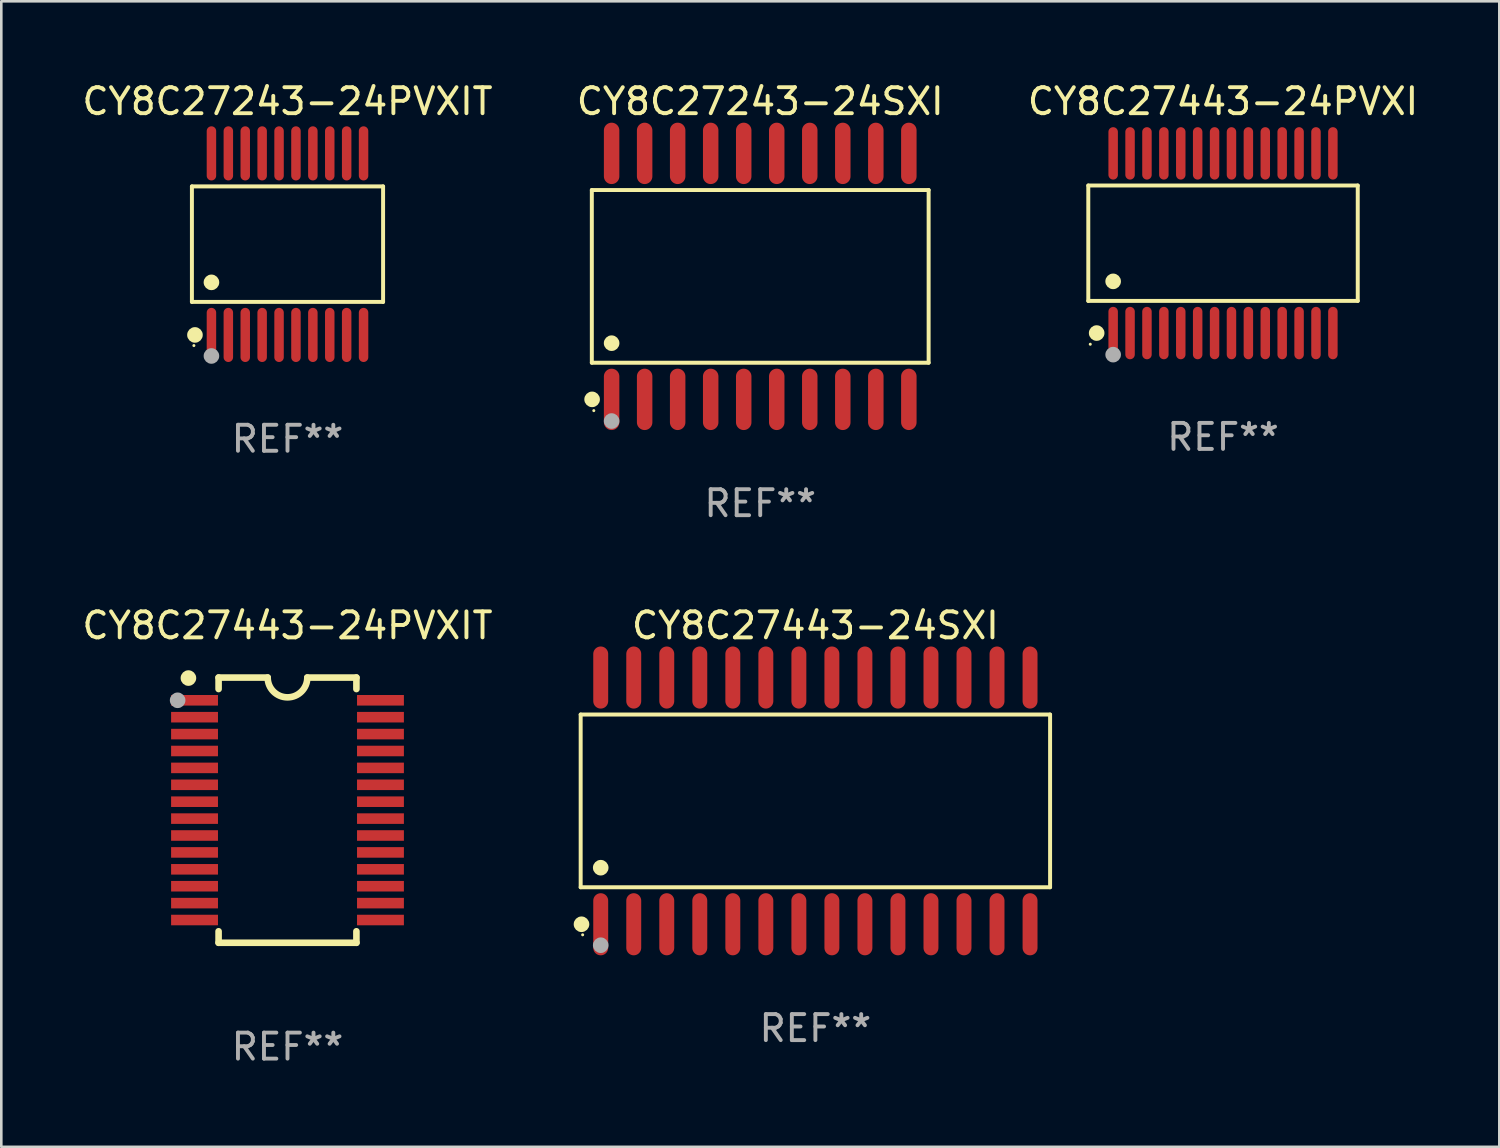
<source format=kicad_pcb>
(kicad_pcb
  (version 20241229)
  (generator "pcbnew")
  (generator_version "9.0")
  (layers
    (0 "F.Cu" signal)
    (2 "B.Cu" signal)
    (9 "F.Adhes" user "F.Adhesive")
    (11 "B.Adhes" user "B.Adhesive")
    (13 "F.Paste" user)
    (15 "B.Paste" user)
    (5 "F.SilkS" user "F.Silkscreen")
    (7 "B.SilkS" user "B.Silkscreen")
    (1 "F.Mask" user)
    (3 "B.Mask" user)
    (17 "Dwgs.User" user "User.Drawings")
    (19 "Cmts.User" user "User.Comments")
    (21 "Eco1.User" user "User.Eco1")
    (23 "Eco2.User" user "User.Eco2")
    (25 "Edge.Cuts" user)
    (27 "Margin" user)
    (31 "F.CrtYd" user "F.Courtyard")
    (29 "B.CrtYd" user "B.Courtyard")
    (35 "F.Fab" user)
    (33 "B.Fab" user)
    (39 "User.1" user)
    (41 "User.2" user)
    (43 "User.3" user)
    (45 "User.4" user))
  (footprint "CY8C27443-24SXI"
    (layer "F.Cu")
    (at 28.306 27.749)
    (property "Reference" "CY8C27443-24SXI" (at 0 -6.744 0) (layer "F.SilkS") (effects (font (size 1 1) (thickness 0.15))))
    (attr through_hole)
    (fp_line (start -9.026 -3.321) (end 9.026 -3.321) (stroke (width 0.152) (type solid)) (layer "F.SilkS"))
    (fp_line (start -9.026 3.321) (end -9.026 -3.321) (stroke (width 0.152) (type solid)) (layer "F.SilkS"))
    (fp_line (start 9.026 -3.321) (end 9.026 3.321) (stroke (width 0.152) (type solid)) (layer "F.SilkS"))
    (fp_line (start 9.026 3.321) (end -9.026 3.321) (stroke (width 0.152) (type solid)) (layer "F.SilkS"))
    (fp_circle (center -8.994 4.744) (end -8.844 4.744) (stroke (width 0.3) (type solid)) (fill no) (layer "F.SilkS"))
    (fp_circle (center -8.95 5.15) (end -8.92 5.15) (stroke (width 0.06) (type solid)) (fill no) (layer "F.SilkS"))
    (fp_circle (center -8.255 2.569) (end -8.105 2.569) (stroke (width 0.3) (type solid)) (fill no) (layer "F.SilkS"))
    (fp_circle (center -8.255 5.55) (end -8.105 5.55) (stroke (width 0.3) (type solid)) (fill no) (layer "F.Fab"))
    (fp_text user "REF**" (at 0 8.744 0) (layer "F.Fab") (effects (font (size 1 1) (thickness 0.15))))
    (pad "1" smd oval (at -8.255 4.744) (size 0.574 2.388) (layers "F.Cu" "F.Mask" "F.Paste"))
    (pad "2" smd oval (at -6.985 4.744) (size 0.574 2.388) (layers "F.Cu" "F.Mask" "F.Paste"))
    (pad "3" smd oval (at -5.715 4.744) (size 0.574 2.388) (layers "F.Cu" "F.Mask" "F.Paste"))
    (pad "4" smd oval (at -4.445 4.744) (size 0.574 2.388) (layers "F.Cu" "F.Mask" "F.Paste"))
    (pad "5" smd oval (at -3.175 4.744) (size 0.574 2.388) (layers "F.Cu" "F.Mask" "F.Paste"))
    (pad "6" smd oval (at -1.905 4.744) (size 0.574 2.388) (layers "F.Cu" "F.Mask" "F.Paste"))
    (pad "7" smd oval (at -0.635 4.744) (size 0.574 2.388) (layers "F.Cu" "F.Mask" "F.Paste"))
    (pad "8" smd oval (at 0.635 4.744) (size 0.574 2.388) (layers "F.Cu" "F.Mask" "F.Paste"))
    (pad "9" smd oval (at 1.905 4.744) (size 0.574 2.388) (layers "F.Cu" "F.Mask" "F.Paste"))
    (pad "10" smd oval (at 3.175 4.744) (size 0.574 2.388) (layers "F.Cu" "F.Mask" "F.Paste"))
    (pad "11" smd oval (at 4.445 4.744) (size 0.574 2.388) (layers "F.Cu" "F.Mask" "F.Paste"))
    (pad "12" smd oval (at 5.715 4.744) (size 0.574 2.388) (layers "F.Cu" "F.Mask" "F.Paste"))
    (pad "13" smd oval (at 6.985 4.744) (size 0.574 2.388) (layers "F.Cu" "F.Mask" "F.Paste"))
    (pad "14" smd oval (at 8.255 4.744) (size 0.574 2.388) (layers "F.Cu" "F.Mask" "F.Paste"))
    (pad "15" smd oval (at 8.255 -4.744) (size 0.574 2.388) (layers "F.Cu" "F.Mask" "F.Paste"))
    (pad "16" smd oval (at 6.985 -4.744) (size 0.574 2.388) (layers "F.Cu" "F.Mask" "F.Paste"))
    (pad "17" smd oval (at 5.715 -4.744) (size 0.574 2.388) (layers "F.Cu" "F.Mask" "F.Paste"))
    (pad "18" smd oval (at 4.445 -4.744) (size 0.574 2.388) (layers "F.Cu" "F.Mask" "F.Paste"))
    (pad "19" smd oval (at 3.175 -4.744) (size 0.574 2.388) (layers "F.Cu" "F.Mask" "F.Paste"))
    (pad "20" smd oval (at 1.905 -4.744) (size 0.574 2.388) (layers "F.Cu" "F.Mask" "F.Paste"))
    (pad "21" smd oval (at 0.635 -4.744) (size 0.574 2.388) (layers "F.Cu" "F.Mask" "F.Paste"))
    (pad "22" smd oval (at -0.635 -4.744) (size 0.574 2.388) (layers "F.Cu" "F.Mask" "F.Paste"))
    (pad "23" smd oval (at -1.905 -4.744) (size 0.574 2.388) (layers "F.Cu" "F.Mask" "F.Paste"))
    (pad "24" smd oval (at -3.175 -4.744) (size 0.574 2.388) (layers "F.Cu" "F.Mask" "F.Paste"))
    (pad "25" smd oval (at -4.445 -4.744) (size 0.574 2.388) (layers "F.Cu" "F.Mask" "F.Paste"))
    (pad "26" smd oval (at -5.715 -4.744) (size 0.574 2.388) (layers "F.Cu" "F.Mask" "F.Paste"))
    (pad "27" smd oval (at -6.985 -4.744) (size 0.574 2.388) (layers "F.Cu" "F.Mask" "F.Paste"))
    (pad "28" smd oval (at -8.255 -4.744) (size 0.574 2.388) (layers "F.Cu" "F.Mask" "F.Paste")))
  (footprint "CY8C27443-24PVXI"
    (layer "F.Cu")
    (at 43.982 6.303)
    (property "Reference" "CY8C27443-24PVXI" (at 0 -5.455 0) (layer "F.SilkS") (effects (font (size 1 1) (thickness 0.15))))
    (attr through_hole)
    (fp_line (start -5.181 -2.219) (end 5.181 -2.219) (stroke (width 0.152) (type solid)) (layer "F.SilkS"))
    (fp_line (start -5.181 2.219) (end -5.181 -2.219) (stroke (width 0.152) (type solid)) (layer "F.SilkS"))
    (fp_line (start 5.181 -2.219) (end 5.181 2.219) (stroke (width 0.152) (type solid)) (layer "F.SilkS"))
    (fp_line (start 5.181 2.219) (end -5.181 2.219) (stroke (width 0.152) (type solid)) (layer "F.SilkS"))
    (fp_circle (center -5.105 3.885) (end -5.075 3.885) (stroke (width 0.06) (type solid)) (fill no) (layer "F.SilkS"))
    (fp_circle (center -4.859 3.455) (end -4.709 3.455) (stroke (width 0.3) (type solid)) (fill no) (layer "F.SilkS"))
    (fp_circle (center -4.225 1.467) (end -4.075 1.467) (stroke (width 0.3) (type solid)) (fill no) (layer "F.SilkS"))
    (fp_circle (center -4.225 4.285) (end -4.075 4.285) (stroke (width 0.3) (type solid)) (fill no) (layer "F.Fab"))
    (fp_text user "REF**" (at 0 7.455 0) (layer "F.Fab") (effects (font (size 1 1) (thickness 0.15))))
    (pad "1" smd oval (at -4.225 3.455) (size 0.364 2.015) (layers "F.Cu" "F.Mask" "F.Paste"))
    (pad "2" smd oval (at -3.575 3.455) (size 0.364 2.015) (layers "F.Cu" "F.Mask" "F.Paste"))
    (pad "3" smd oval (at -2.925 3.455) (size 0.364 2.015) (layers "F.Cu" "F.Mask" "F.Paste"))
    (pad "4" smd oval (at -2.275 3.455) (size 0.364 2.015) (layers "F.Cu" "F.Mask" "F.Paste"))
    (pad "5" smd oval (at -1.625 3.455) (size 0.364 2.015) (layers "F.Cu" "F.Mask" "F.Paste"))
    (pad "6" smd oval (at -0.975 3.455) (size 0.364 2.015) (layers "F.Cu" "F.Mask" "F.Paste"))
    (pad "7" smd oval (at -0.325 3.455) (size 0.364 2.015) (layers "F.Cu" "F.Mask" "F.Paste"))
    (pad "8" smd oval (at 0.325 3.455) (size 0.364 2.015) (layers "F.Cu" "F.Mask" "F.Paste"))
    (pad "9" smd oval (at 0.975 3.455) (size 0.364 2.015) (layers "F.Cu" "F.Mask" "F.Paste"))
    (pad "10" smd oval (at 1.625 3.455) (size 0.364 2.015) (layers "F.Cu" "F.Mask" "F.Paste"))
    (pad "11" smd oval (at 2.275 3.455) (size 0.364 2.015) (layers "F.Cu" "F.Mask" "F.Paste"))
    (pad "12" smd oval (at 2.925 3.455) (size 0.364 2.015) (layers "F.Cu" "F.Mask" "F.Paste"))
    (pad "13" smd oval (at 3.575 3.455) (size 0.364 2.015) (layers "F.Cu" "F.Mask" "F.Paste"))
    (pad "14" smd oval (at 4.225 3.455) (size 0.364 2.015) (layers "F.Cu" "F.Mask" "F.Paste"))
    (pad "15" smd oval (at 4.225 -3.455) (size 0.364 2.015) (layers "F.Cu" "F.Mask" "F.Paste"))
    (pad "16" smd oval (at 3.575 -3.455) (size 0.364 2.015) (layers "F.Cu" "F.Mask" "F.Paste"))
    (pad "17" smd oval (at 2.925 -3.455) (size 0.364 2.015) (layers "F.Cu" "F.Mask" "F.Paste"))
    (pad "18" smd oval (at 2.275 -3.455) (size 0.364 2.015) (layers "F.Cu" "F.Mask" "F.Paste"))
    (pad "19" smd oval (at 1.625 -3.455) (size 0.364 2.015) (layers "F.Cu" "F.Mask" "F.Paste"))
    (pad "20" smd oval (at 0.975 -3.455) (size 0.364 2.015) (layers "F.Cu" "F.Mask" "F.Paste"))
    (pad "21" smd oval (at 0.325 -3.455) (size 0.364 2.015) (layers "F.Cu" "F.Mask" "F.Paste"))
    (pad "22" smd oval (at -0.325 -3.455) (size 0.364 2.015) (layers "F.Cu" "F.Mask" "F.Paste"))
    (pad "23" smd oval (at -0.975 -3.455) (size 0.364 2.015) (layers "F.Cu" "F.Mask" "F.Paste"))
    (pad "24" smd oval (at -1.625 -3.455) (size 0.364 2.015) (layers "F.Cu" "F.Mask" "F.Paste"))
    (pad "25" smd oval (at -2.275 -3.455) (size 0.364 2.015) (layers "F.Cu" "F.Mask" "F.Paste"))
    (pad "26" smd oval (at -2.925 -3.455) (size 0.364 2.015) (layers "F.Cu" "F.Mask" "F.Paste"))
    (pad "27" smd oval (at -3.575 -3.455) (size 0.364 2.015) (layers "F.Cu" "F.Mask" "F.Paste"))
    (pad "28" smd oval (at -4.225 -3.455) (size 0.364 2.015) (layers "F.Cu" "F.Mask" "F.Paste")))
  (footprint "CY8C27443-24PVXIT"
    (layer "F.Cu")
    (at 8.006 28.105)
    (property "Reference" "CY8C27443-24PVXIT" (at 0 -7.1 0) (layer "F.SilkS") (effects (font (size 1 1) (thickness 0.15))))
    (attr through_hole)
    (fp_line (start -2.65 -5.1) (end -0.762 -5.1) (stroke (width 0.254) (type solid)) (layer "F.SilkS"))
    (fp_line (start -2.65 -4.658) (end -2.65 -5.1) (stroke (width 0.254) (type solid)) (layer "F.SilkS"))
    (fp_line (start -2.65 5.1) (end -2.65 4.658) (stroke (width 0.254) (type solid)) (layer "F.SilkS"))
    (fp_line (start -2.65 5.1) (end 2.65 5.1) (stroke (width 0.254) (type solid)) (layer "F.SilkS"))
    (fp_line (start 2.65 -5.1) (end 0.762 -5.1) (stroke (width 0.254) (type solid)) (layer "F.SilkS"))
    (fp_line (start 2.65 -5.1) (end 2.65 -4.658) (stroke (width 0.254) (type solid)) (layer "F.SilkS"))
    (fp_line (start 2.65 4.658) (end 2.65 5.1) (stroke (width 0.254) (type solid)) (layer "F.SilkS"))
    (fp_arc (start 0.761925 -5.1) (mid -0.000241 -4.338329) (end -0.762077 -5.10033) (stroke (width 0.254001) (type solid)) (layer "F.SilkS"))
    (fp_circle (center -3.858 -5.07) (end -3.828 -5.07) (stroke (width 0.06) (type solid)) (fill no) (layer "F.SilkS"))
    (fp_circle (center -3.81 -5.08) (end -3.66 -5.08) (stroke (width 0.3) (type solid)) (fill no) (layer "F.SilkS"))
    (fp_circle (center -4.225 -4.225) (end -4.075 -4.225) (stroke (width 0.3) (type solid)) (fill no) (layer "F.Fab"))
    (fp_text user "REF**" (at 0 9.1 0) (layer "F.Fab") (effects (font (size 1 1) (thickness 0.15))))
    (pad "1" smd rect (at -3.575 -4.225) (size 1.803 0.406) (layers "F.Cu" "F.Mask" "F.Paste"))
    (pad "2" smd rect (at -3.575 -3.575) (size 1.803 0.406) (layers "F.Cu" "F.Mask" "F.Paste"))
    (pad "3" smd rect (at -3.575 -2.925) (size 1.803 0.406) (layers "F.Cu" "F.Mask" "F.Paste"))
    (pad "4" smd rect (at -3.575 -2.275) (size 1.803 0.406) (layers "F.Cu" "F.Mask" "F.Paste"))
    (pad "5" smd rect (at -3.575 -1.625) (size 1.803 0.406) (layers "F.Cu" "F.Mask" "F.Paste"))
    (pad "6" smd rect (at -3.575 -0.975) (size 1.803 0.406) (layers "F.Cu" "F.Mask" "F.Paste"))
    (pad "7" smd rect (at -3.575 -0.325) (size 1.803 0.406) (layers "F.Cu" "F.Mask" "F.Paste"))
    (pad "8" smd rect (at -3.575 0.325) (size 1.803 0.406) (layers "F.Cu" "F.Mask" "F.Paste"))
    (pad "9" smd rect (at -3.575 0.975) (size 1.803 0.406) (layers "F.Cu" "F.Mask" "F.Paste"))
    (pad "10" smd rect (at -3.575 1.625) (size 1.803 0.406) (layers "F.Cu" "F.Mask" "F.Paste"))
    (pad "11" smd rect (at -3.575 2.275) (size 1.803 0.406) (layers "F.Cu" "F.Mask" "F.Paste"))
    (pad "12" smd rect (at -3.575 2.925) (size 1.803 0.406) (layers "F.Cu" "F.Mask" "F.Paste"))
    (pad "13" smd rect (at -3.575 3.575) (size 1.803 0.406) (layers "F.Cu" "F.Mask" "F.Paste"))
    (pad "14" smd rect (at -3.575 4.225) (size 1.803 0.406) (layers "F.Cu" "F.Mask" "F.Paste"))
    (pad "15" smd rect (at 3.575 4.225) (size 1.803 0.406) (layers "F.Cu" "F.Mask" "F.Paste"))
    (pad "16" smd rect (at 3.575 3.575) (size 1.803 0.406) (layers "F.Cu" "F.Mask" "F.Paste"))
    (pad "17" smd rect (at 3.575 2.925) (size 1.803 0.406) (layers "F.Cu" "F.Mask" "F.Paste"))
    (pad "18" smd rect (at 3.575 2.275) (size 1.803 0.406) (layers "F.Cu" "F.Mask" "F.Paste"))
    (pad "19" smd rect (at 3.575 1.625) (size 1.803 0.406) (layers "F.Cu" "F.Mask" "F.Paste"))
    (pad "20" smd rect (at 3.575 0.975) (size 1.803 0.406) (layers "F.Cu" "F.Mask" "F.Paste"))
    (pad "21" smd rect (at 3.575 0.325) (size 1.803 0.406) (layers "F.Cu" "F.Mask" "F.Paste"))
    (pad "22" smd rect (at 3.575 -0.325) (size 1.803 0.406) (layers "F.Cu" "F.Mask" "F.Paste"))
    (pad "23" smd rect (at 3.575 -0.975) (size 1.803 0.406) (layers "F.Cu" "F.Mask" "F.Paste"))
    (pad "24" smd rect (at 3.575 -1.625) (size 1.803 0.406) (layers "F.Cu" "F.Mask" "F.Paste"))
    (pad "25" smd rect (at 3.575 -2.275) (size 1.803 0.406) (layers "F.Cu" "F.Mask" "F.Paste"))
    (pad "26" smd rect (at 3.575 -2.925) (size 1.803 0.406) (layers "F.Cu" "F.Mask" "F.Paste"))
    (pad "27" smd rect (at 3.575 -3.575) (size 1.803 0.406) (layers "F.Cu" "F.Mask" "F.Paste"))
    (pad "28" smd rect (at 3.575 -4.225) (size 1.803 0.406) (layers "F.Cu" "F.Mask" "F.Paste")))
  (footprint "CY8C27243-24SXI"
    (layer "F.Cu")
    (at 26.185 7.578)
    (property "Reference" "CY8C27243-24SXI" (at 0 -6.73 0) (layer "F.SilkS") (effects (font (size 1 1) (thickness 0.15))))
    (attr through_hole)
    (fp_line (start -6.476 -3.321) (end 6.476 -3.321) (stroke (width 0.152) (type solid)) (layer "F.SilkS"))
    (fp_line (start -6.476 3.321) (end -6.476 -3.321) (stroke (width 0.152) (type solid)) (layer "F.SilkS"))
    (fp_line (start 6.476 -3.321) (end 6.476 3.321) (stroke (width 0.152) (type solid)) (layer "F.SilkS"))
    (fp_line (start 6.476 3.321) (end -6.476 3.321) (stroke (width 0.152) (type solid)) (layer "F.SilkS"))
    (fp_circle (center -6.465 4.73) (end -6.315 4.73) (stroke (width 0.3) (type solid)) (fill no) (layer "F.SilkS"))
    (fp_circle (center -6.4 5.163) (end -6.37 5.163) (stroke (width 0.06) (type solid)) (fill no) (layer "F.SilkS"))
    (fp_circle (center -5.715 2.569) (end -5.565 2.569) (stroke (width 0.3) (type solid)) (fill no) (layer "F.SilkS"))
    (fp_circle (center -5.715 5.563) (end -5.565 5.563) (stroke (width 0.3) (type solid)) (fill no) (layer "F.Fab"))
    (fp_text user "REF**" (at 0 8.73 0) (layer "F.Fab") (effects (font (size 1 1) (thickness 0.15))))
    (pad "1" smd oval (at -5.715 4.73) (size 0.595 2.36) (layers "F.Cu" "F.Mask" "F.Paste"))
    (pad "2" smd oval (at -4.445 4.73) (size 0.595 2.36) (layers "F.Cu" "F.Mask" "F.Paste"))
    (pad "3" smd oval (at -3.175 4.73) (size 0.595 2.36) (layers "F.Cu" "F.Mask" "F.Paste"))
    (pad "4" smd oval (at -1.905 4.73) (size 0.595 2.36) (layers "F.Cu" "F.Mask" "F.Paste"))
    (pad "5" smd oval (at -0.635 4.73) (size 0.595 2.36) (layers "F.Cu" "F.Mask" "F.Paste"))
    (pad "6" smd oval (at 0.635 4.73) (size 0.595 2.36) (layers "F.Cu" "F.Mask" "F.Paste"))
    (pad "7" smd oval (at 1.905 4.73) (size 0.595 2.36) (layers "F.Cu" "F.Mask" "F.Paste"))
    (pad "8" smd oval (at 3.175 4.73) (size 0.595 2.36) (layers "F.Cu" "F.Mask" "F.Paste"))
    (pad "9" smd oval (at 4.445 4.73) (size 0.595 2.36) (layers "F.Cu" "F.Mask" "F.Paste"))
    (pad "10" smd oval (at 5.715 4.73) (size 0.595 2.36) (layers "F.Cu" "F.Mask" "F.Paste"))
    (pad "11" smd oval (at 5.715 -4.73) (size 0.595 2.36) (layers "F.Cu" "F.Mask" "F.Paste"))
    (pad "12" smd oval (at 4.445 -4.73) (size 0.595 2.36) (layers "F.Cu" "F.Mask" "F.Paste"))
    (pad "13" smd oval (at 3.175 -4.73) (size 0.595 2.36) (layers "F.Cu" "F.Mask" "F.Paste"))
    (pad "14" smd oval (at 1.905 -4.73) (size 0.595 2.36) (layers "F.Cu" "F.Mask" "F.Paste"))
    (pad "15" smd oval (at 0.635 -4.73) (size 0.595 2.36) (layers "F.Cu" "F.Mask" "F.Paste"))
    (pad "16" smd oval (at -0.635 -4.73) (size 0.595 2.36) (layers "F.Cu" "F.Mask" "F.Paste"))
    (pad "17" smd oval (at -1.905 -4.73) (size 0.595 2.36) (layers "F.Cu" "F.Mask" "F.Paste"))
    (pad "18" smd oval (at -3.175 -4.73) (size 0.595 2.36) (layers "F.Cu" "F.Mask" "F.Paste"))
    (pad "19" smd oval (at -4.445 -4.73) (size 0.595 2.36) (layers "F.Cu" "F.Mask" "F.Paste"))
    (pad "20" smd oval (at -5.715 -4.73) (size 0.595 2.36) (layers "F.Cu" "F.Mask" "F.Paste")))
  (footprint "CY8C27243-24PVXIT"
    (layer "F.Cu")
    (at 8.006 6.339)
    (property "Reference" "CY8C27243-24PVXIT" (at 0 -5.491 0) (layer "F.SilkS") (effects (font (size 1 1) (thickness 0.15))))
    (attr through_hole)
    (fp_line (start -3.676 -2.221) (end 3.676 -2.221) (stroke (width 0.152) (type solid)) (layer "F.SilkS"))
    (fp_line (start -3.676 2.221) (end -3.676 -2.221) (stroke (width 0.152) (type solid)) (layer "F.SilkS"))
    (fp_line (start 3.676 -2.221) (end 3.676 2.221) (stroke (width 0.152) (type solid)) (layer "F.SilkS"))
    (fp_line (start 3.676 2.221) (end -3.676 2.221) (stroke (width 0.152) (type solid)) (layer "F.SilkS"))
    (fp_circle (center -3.6 3.9) (end -3.57 3.9) (stroke (width 0.06) (type solid)) (fill no) (layer "F.SilkS"))
    (fp_circle (center -3.559 3.491) (end -3.409 3.491) (stroke (width 0.3) (type solid)) (fill no) (layer "F.SilkS"))
    (fp_circle (center -2.925 1.469) (end -2.775 1.469) (stroke (width 0.3) (type solid)) (fill no) (layer "F.SilkS"))
    (fp_circle (center -2.925 4.3) (end -2.775 4.3) (stroke (width 0.3) (type solid)) (fill no) (layer "F.Fab"))
    (fp_text user "REF**" (at 0 7.491 0) (layer "F.Fab") (effects (font (size 1 1) (thickness 0.15))))
    (pad "1" smd oval (at -2.925 3.491) (size 0.364 2.082) (layers "F.Cu" "F.Mask" "F.Paste"))
    (pad "2" smd oval (at -2.275 3.491) (size 0.364 2.082) (layers "F.Cu" "F.Mask" "F.Paste"))
    (pad "3" smd oval (at -1.625 3.491) (size 0.364 2.082) (layers "F.Cu" "F.Mask" "F.Paste"))
    (pad "4" smd oval (at -0.975 3.491) (size 0.364 2.082) (layers "F.Cu" "F.Mask" "F.Paste"))
    (pad "5" smd oval (at -0.325 3.491) (size 0.364 2.082) (layers "F.Cu" "F.Mask" "F.Paste"))
    (pad "6" smd oval (at 0.325 3.491) (size 0.364 2.082) (layers "F.Cu" "F.Mask" "F.Paste"))
    (pad "7" smd oval (at 0.975 3.491) (size 0.364 2.082) (layers "F.Cu" "F.Mask" "F.Paste"))
    (pad "8" smd oval (at 1.625 3.491) (size 0.364 2.082) (layers "F.Cu" "F.Mask" "F.Paste"))
    (pad "9" smd oval (at 2.275 3.491) (size 0.364 2.082) (layers "F.Cu" "F.Mask" "F.Paste"))
    (pad "10" smd oval (at 2.925 3.491) (size 0.364 2.082) (layers "F.Cu" "F.Mask" "F.Paste"))
    (pad "11" smd oval (at 2.925 -3.491) (size 0.364 2.082) (layers "F.Cu" "F.Mask" "F.Paste"))
    (pad "12" smd oval (at 2.275 -3.491) (size 0.364 2.082) (layers "F.Cu" "F.Mask" "F.Paste"))
    (pad "13" smd oval (at 1.625 -3.491) (size 0.364 2.082) (layers "F.Cu" "F.Mask" "F.Paste"))
    (pad "14" smd oval (at 0.975 -3.491) (size 0.364 2.082) (layers "F.Cu" "F.Mask" "F.Paste"))
    (pad "15" smd oval (at 0.325 -3.491) (size 0.364 2.082) (layers "F.Cu" "F.Mask" "F.Paste"))
    (pad "16" smd oval (at -0.325 -3.491) (size 0.364 2.082) (layers "F.Cu" "F.Mask" "F.Paste"))
    (pad "17" smd oval (at -0.975 -3.491) (size 0.364 2.082) (layers "F.Cu" "F.Mask" "F.Paste"))
    (pad "18" smd oval (at -1.625 -3.491) (size 0.364 2.082) (layers "F.Cu" "F.Mask" "F.Paste"))
    (pad "19" smd oval (at -2.275 -3.491) (size 0.364 2.082) (layers "F.Cu" "F.Mask" "F.Paste"))
    (pad "20" smd oval (at -2.925 -3.491) (size 0.364 2.082) (layers "F.Cu" "F.Mask" "F.Paste")))
  (gr_rect
    (start -3 -3)
    (end 54.607 41.053)
    (stroke (width 0.1) (type default))
    (fill no)
    (layer "Edge.Cuts")))
</source>
